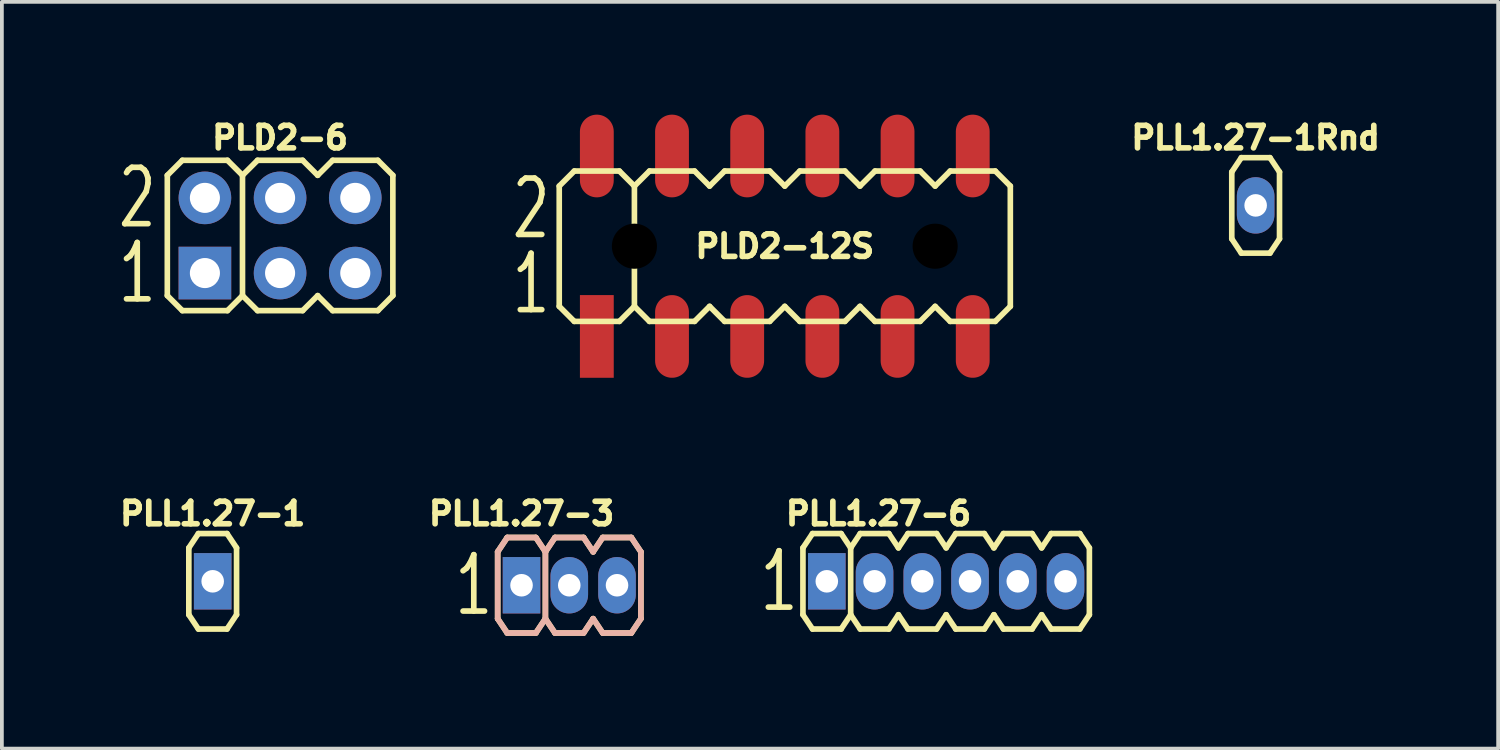
<source format=kicad_pcb>
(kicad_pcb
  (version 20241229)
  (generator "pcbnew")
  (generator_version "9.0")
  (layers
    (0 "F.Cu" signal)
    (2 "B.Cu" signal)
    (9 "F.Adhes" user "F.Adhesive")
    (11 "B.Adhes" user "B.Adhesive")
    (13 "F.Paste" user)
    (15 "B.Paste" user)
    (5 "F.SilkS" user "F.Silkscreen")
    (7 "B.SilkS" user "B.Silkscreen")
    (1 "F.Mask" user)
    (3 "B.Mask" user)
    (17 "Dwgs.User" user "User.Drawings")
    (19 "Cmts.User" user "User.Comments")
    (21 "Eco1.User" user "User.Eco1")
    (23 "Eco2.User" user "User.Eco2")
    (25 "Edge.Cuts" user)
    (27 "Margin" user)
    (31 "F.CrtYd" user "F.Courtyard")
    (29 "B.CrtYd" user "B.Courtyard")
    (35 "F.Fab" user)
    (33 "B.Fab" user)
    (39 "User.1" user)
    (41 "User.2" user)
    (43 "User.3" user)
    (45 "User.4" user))
  (footprint "PLL1.27-1"
    (layer "F.Cu")
    (at 2.608 12.414)
    (property "Reference" "PLL1.27-1" (at 0 -1.8 0) (layer "F.SilkS") (effects (font (size 0.6 0.6) (thickness 0.15))))
    (attr through_hole)
    (fp_line (start -0.635 -0.889) (end -0.635 0.889) (stroke (width 0.15) (type solid)) (layer "F.SilkS"))
    (fp_line (start -0.635 -0.889) (end -0.381 -1.27) (stroke (width 0.15) (type solid)) (layer "F.SilkS"))
    (fp_line (start -0.635 0.889) (end -0.381 1.27) (stroke (width 0.15) (type solid)) (layer "F.SilkS"))
    (fp_line (start 0.381 -1.27) (end -0.381 -1.27) (stroke (width 0.15) (type solid)) (layer "F.SilkS"))
    (fp_line (start 0.381 1.27) (end -0.381 1.27) (stroke (width 0.15) (type solid)) (layer "F.SilkS"))
    (fp_line (start 0.635 -0.889) (end 0.381 -1.27) (stroke (width 0.15) (type solid)) (layer "F.SilkS"))
    (fp_line (start 0.635 -0.889) (end 0.635 0.889) (stroke (width 0.15) (type solid)) (layer "F.SilkS"))
    (fp_line (start 0.635 0.889) (end 0.381 1.27) (stroke (width 0.15) (type solid)) (layer "F.SilkS"))
    (pad "1" thru_hole rect (at 0 0) (size 1 1.5) (drill 0.6) (layers "*.Cu" "*.Mask")))
  (footprint "PLD2-6"
    (layer "F.Cu")
    (at 4.401 3.214)
    (property "Reference" "PLD2-6" (at 0 -2.6 0) (layer "F.SilkS") (effects (font (size 0.6 0.6) (thickness 0.15))))
    (attr through_hole)
    (fp_line (start -3 -1.6) (end -3 1.6) (stroke (width 0.15) (type solid)) (layer "F.SilkS"))
    (fp_line (start -3 1.6) (end -2.6 2) (stroke (width 0.15) (type solid)) (layer "F.SilkS"))
    (fp_line (start -2.6 -2) (end -3 -1.6) (stroke (width 0.15) (type solid)) (layer "F.SilkS"))
    (fp_line (start -1.4 -2) (end -2.6 -2) (stroke (width 0.15) (type solid)) (layer "F.SilkS"))
    (fp_line (start -1.4 2) (end -2.6 2) (stroke (width 0.15) (type solid)) (layer "F.SilkS"))
    (fp_line (start -1 -1.6) (end -1.4 -2) (stroke (width 0.15) (type solid)) (layer "F.SilkS"))
    (fp_line (start -1 -1.6) (end -1 1.6) (stroke (width 0.15) (type solid)) (layer "F.SilkS"))
    (fp_line (start -1 1.6) (end -1.4 2) (stroke (width 0.15) (type solid)) (layer "F.SilkS"))
    (fp_line (start -1 1.6) (end -0.6 2) (stroke (width 0.15) (type solid)) (layer "F.SilkS"))
    (fp_line (start -0.6 -2) (end -1 -1.6) (stroke (width 0.15) (type solid)) (layer "F.SilkS"))
    (fp_line (start -0.6 2) (end 0.6 2) (stroke (width 0.15) (type solid)) (layer "F.SilkS"))
    (fp_line (start 0.6 -2) (end -0.6 -2) (stroke (width 0.15) (type solid)) (layer "F.SilkS"))
    (fp_line (start 0.6 2) (end 1 1.6) (stroke (width 0.15) (type solid)) (layer "F.SilkS"))
    (fp_line (start 1 -1.6) (end 0.6 -2) (stroke (width 0.15) (type solid)) (layer "F.SilkS"))
    (fp_line (start 1 1.6) (end 1.4 2) (stroke (width 0.15) (type solid)) (layer "F.SilkS"))
    (fp_line (start 1.4 -2) (end 1 -1.6) (stroke (width 0.15) (type solid)) (layer "F.SilkS"))
    (fp_line (start 1.4 2) (end 2.6 2) (stroke (width 0.15) (type solid)) (layer "F.SilkS"))
    (fp_line (start 2.6 -2) (end 1.4 -2) (stroke (width 0.15) (type solid)) (layer "F.SilkS"))
    (fp_line (start 2.6 2) (end 3 1.6) (stroke (width 0.15) (type solid)) (layer "F.SilkS"))
    (fp_line (start 3 -1.6) (end 2.6 -2) (stroke (width 0.15) (type solid)) (layer "F.SilkS"))
    (fp_line (start 3 1.6) (end 3 -1.6) (stroke (width 0.15) (type solid)) (layer "F.SilkS"))
    (fp_text user "1" (at -3.8 1 0) (layer "F.SilkS") (effects (font (size 1.5 1) (thickness 0.15))))
    (fp_text user "2" (at -3.8 -1 0) (layer "F.SilkS") (effects (font (size 1.5 1) (thickness 0.15))))
    (pad "1" thru_hole rect (at -2 1) (size 1.4 1.4) (drill 0.8) (layers "*.Cu" "*.Mask"))
    (pad "2" thru_hole circle (at -2 -1) (size 1.4 1.4) (drill 0.8) (layers "*.Cu" "*.Mask"))
    (pad "3" thru_hole circle (at 0 1) (size 1.4 1.4) (drill 0.8) (layers "*.Cu" "*.Mask"))
    (pad "4" thru_hole circle (at 0 -1) (size 1.4 1.4) (drill 0.8) (layers "*.Cu" "*.Mask"))
    (pad "5" thru_hole circle (at 2 1) (size 1.4 1.4) (drill 0.8) (layers "*.Cu" "*.Mask"))
    (pad "6" thru_hole circle (at 2 -1) (size 1.4 1.4) (drill 0.8) (layers "*.Cu" "*.Mask")))
  (footprint "PLL1.27-1Rnd"
    (layer "F.Cu")
    (at 30.353 2.414)
    (property "Reference" "PLL1.27-1Rnd" (at 0 -1.8 0) (layer "F.SilkS") (effects (font (size 0.6 0.6) (thickness 0.15))))
    (attr through_hole)
    (fp_line (start -0.635 -0.889) (end -0.635 0.889) (stroke (width 0.15) (type solid)) (layer "F.SilkS"))
    (fp_line (start -0.635 -0.889) (end -0.381 -1.27) (stroke (width 0.15) (type solid)) (layer "F.SilkS"))
    (fp_line (start -0.635 0.889) (end -0.381 1.27) (stroke (width 0.15) (type solid)) (layer "F.SilkS"))
    (fp_line (start 0.381 -1.27) (end -0.381 -1.27) (stroke (width 0.15) (type solid)) (layer "F.SilkS"))
    (fp_line (start 0.381 1.27) (end -0.381 1.27) (stroke (width 0.15) (type solid)) (layer "F.SilkS"))
    (fp_line (start 0.635 -0.889) (end 0.381 -1.27) (stroke (width 0.15) (type solid)) (layer "F.SilkS"))
    (fp_line (start 0.635 -0.889) (end 0.635 0.889) (stroke (width 0.15) (type solid)) (layer "F.SilkS"))
    (fp_line (start 0.635 0.889) (end 0.381 1.27) (stroke (width 0.15) (type solid)) (layer "F.SilkS"))
    (pad "1" thru_hole oval (at 0 0) (size 1 1.5) (drill 0.6) (layers "*.Cu" "*.Mask")))
  (footprint "PLL1.27-6"
    (layer "F.Cu")
    (at 22.12 12.414)
    (property "Reference" "PLL1.27-6" (at -1.8 -1.8 0) (layer "F.SilkS") (effects (font (size 0.6 0.6) (thickness 0.15))))
    (attr through_hole)
    (fp_line (start -3.81 -0.889) (end -3.81 0.889) (stroke (width 0.15) (type solid)) (layer "F.SilkS"))
    (fp_line (start -3.81 0.889) (end -3.556 1.27) (stroke (width 0.15) (type solid)) (layer "F.SilkS"))
    (fp_line (start -3.556 -1.27) (end -3.81 -0.889) (stroke (width 0.15) (type solid)) (layer "F.SilkS"))
    (fp_line (start -3.556 1.27) (end -2.794 1.27) (stroke (width 0.15) (type solid)) (layer "F.SilkS"))
    (fp_line (start -2.794 -1.27) (end -3.556 -1.27) (stroke (width 0.15) (type solid)) (layer "F.SilkS"))
    (fp_line (start -2.794 1.27) (end -2.54 0.889) (stroke (width 0.15) (type solid)) (layer "F.SilkS"))
    (fp_line (start -2.54 -0.889) (end -2.794 -1.27) (stroke (width 0.15) (type solid)) (layer "F.SilkS"))
    (fp_line (start -2.54 -0.889) (end -2.54 0.889) (stroke (width 0.15) (type solid)) (layer "F.SilkS"))
    (fp_line (start -2.54 -0.889) (end -2.286 -1.27) (stroke (width 0.15) (type solid)) (layer "F.SilkS"))
    (fp_line (start -2.54 0.889) (end -2.286 1.27) (stroke (width 0.15) (type solid)) (layer "F.SilkS"))
    (fp_line (start -1.524 -1.27) (end -2.286 -1.27) (stroke (width 0.15) (type solid)) (layer "F.SilkS"))
    (fp_line (start -1.524 1.27) (end -2.286 1.27) (stroke (width 0.15) (type solid)) (layer "F.SilkS"))
    (fp_line (start -1.27 -0.889) (end -1.524 -1.27) (stroke (width 0.15) (type solid)) (layer "F.SilkS"))
    (fp_line (start -1.27 0.889) (end -1.524 1.27) (stroke (width 0.15) (type solid)) (layer "F.SilkS"))
    (fp_line (start -1.27 0.889) (end -1.016 1.27) (stroke (width 0.15) (type solid)) (layer "F.SilkS"))
    (fp_line (start -1.016 -1.27) (end -1.27 -0.889) (stroke (width 0.15) (type solid)) (layer "F.SilkS"))
    (fp_line (start -1.016 1.27) (end -0.254 1.27) (stroke (width 0.15) (type solid)) (layer "F.SilkS"))
    (fp_line (start -0.254 -1.27) (end -1.016 -1.27) (stroke (width 0.15) (type solid)) (layer "F.SilkS"))
    (fp_line (start -0.254 1.27) (end 0 0.889) (stroke (width 0.15) (type solid)) (layer "F.SilkS"))
    (fp_line (start 0 -0.889) (end -0.254 -1.27) (stroke (width 0.15) (type solid)) (layer "F.SilkS"))
    (fp_line (start 0 0.889) (end 0.254 1.27) (stroke (width 0.15) (type solid)) (layer "F.SilkS"))
    (fp_line (start 0.254 -1.27) (end 0 -0.889) (stroke (width 0.15) (type solid)) (layer "F.SilkS"))
    (fp_line (start 0.254 1.27) (end 1.016 1.27) (stroke (width 0.15) (type solid)) (layer "F.SilkS"))
    (fp_line (start 1.016 -1.27) (end 0.254 -1.27) (stroke (width 0.15) (type solid)) (layer "F.SilkS"))
    (fp_line (start 1.016 1.27) (end 1.27 0.889) (stroke (width 0.15) (type solid)) (layer "F.SilkS"))
    (fp_line (start 1.27 -0.889) (end 1.016 -1.27) (stroke (width 0.15) (type solid)) (layer "F.SilkS"))
    (fp_line (start 1.27 -0.889) (end 1.524 -1.27) (stroke (width 0.15) (type solid)) (layer "F.SilkS"))
    (fp_line (start 1.27 0.889) (end 1.524 1.27) (stroke (width 0.15) (type solid)) (layer "F.SilkS"))
    (fp_line (start 2.286 -1.27) (end 1.524 -1.27) (stroke (width 0.15) (type solid)) (layer "F.SilkS"))
    (fp_line (start 2.286 1.27) (end 1.524 1.27) (stroke (width 0.15) (type solid)) (layer "F.SilkS"))
    (fp_line (start 2.54 -0.889) (end 2.286 -1.27) (stroke (width 0.15) (type solid)) (layer "F.SilkS"))
    (fp_line (start 2.54 0.889) (end 2.286 1.27) (stroke (width 0.15) (type solid)) (layer "F.SilkS"))
    (fp_line (start 2.54 0.889) (end 2.794 1.27) (stroke (width 0.15) (type solid)) (layer "F.SilkS"))
    (fp_line (start 2.794 -1.27) (end 2.54 -0.889) (stroke (width 0.15) (type solid)) (layer "F.SilkS"))
    (fp_line (start 2.794 1.27) (end 3.556 1.27) (stroke (width 0.15) (type solid)) (layer "F.SilkS"))
    (fp_line (start 3.556 -1.27) (end 2.794 -1.27) (stroke (width 0.15) (type solid)) (layer "F.SilkS"))
    (fp_line (start 3.556 1.27) (end 3.81 0.889) (stroke (width 0.15) (type solid)) (layer "F.SilkS"))
    (fp_line (start 3.81 -0.889) (end 3.556 -1.27) (stroke (width 0.15) (type solid)) (layer "F.SilkS"))
    (fp_line (start 3.81 -0.889) (end 3.81 0.889) (stroke (width 0.15) (type solid)) (layer "F.SilkS"))
    (fp_text user "1" (at -4.445 0 0) (layer "F.SilkS") (effects (font (size 1.5 1) (thickness 0.15))))
    (pad "1" thru_hole rect (at -3.175 0) (size 1 1.5) (drill 0.6) (layers "*.Cu" "*.Mask"))
    (pad "2" thru_hole oval (at -1.905 0) (size 1 1.5) (drill 0.6) (layers "*.Cu" "*.Mask"))
    (pad "3" thru_hole oval (at -0.635 0) (size 1 1.5) (drill 0.6) (layers "*.Cu" "*.Mask"))
    (pad "4" thru_hole oval (at 0.635 0) (size 1 1.5) (drill 0.6) (layers "*.Cu" "*.Mask"))
    (pad "5" thru_hole oval (at 1.905 0) (size 1 1.5) (drill 0.6) (layers "*.Cu" "*.Mask"))
    (pad "6" thru_hole oval (at 3.175 0) (size 1 1.5) (drill 0.6) (layers "*.Cu" "*.Mask")))
  (footprint "PLL1.27-3"
    (layer "F.Cu")
    (at 10.824 12.519)
    (property "Reference" "PLL1.27-3" (at 0 -1.905 0) (layer "F.SilkS") (effects (font (size 0.6 0.6) (thickness 0.15))))
    (attr through_hole)
    (fp_line (start -0.635 -0.889) (end -0.635 0.889) (stroke (width 0.15) (type solid)) (layer "F.SilkS"))
    (fp_line (start -0.635 0.889) (end -0.381 1.27) (stroke (width 0.15) (type solid)) (layer "F.SilkS"))
    (fp_line (start -0.381 -1.27) (end -0.635 -0.889) (stroke (width 0.15) (type solid)) (layer "F.SilkS"))
    (fp_line (start -0.381 1.27) (end 0.381 1.27) (stroke (width 0.15) (type solid)) (layer "F.SilkS"))
    (fp_line (start 0.381 -1.27) (end -0.381 -1.27) (stroke (width 0.15) (type solid)) (layer "F.SilkS"))
    (fp_line (start 0.381 1.27) (end 0.635 0.889) (stroke (width 0.15) (type solid)) (layer "F.SilkS"))
    (fp_line (start 0.635 -0.889) (end 0.381 -1.27) (stroke (width 0.15) (type solid)) (layer "F.SilkS"))
    (fp_line (start 0.635 -0.889) (end 0.635 0.889) (stroke (width 0.15) (type solid)) (layer "F.SilkS"))
    (fp_line (start 0.635 -0.889) (end 0.889 -1.27) (stroke (width 0.15) (type solid)) (layer "F.SilkS"))
    (fp_line (start 0.635 0.889) (end 0.889 1.27) (stroke (width 0.15) (type solid)) (layer "F.SilkS"))
    (fp_line (start 1.651 -1.27) (end 0.889 -1.27) (stroke (width 0.15) (type solid)) (layer "F.SilkS"))
    (fp_line (start 1.651 1.27) (end 0.889 1.27) (stroke (width 0.15) (type solid)) (layer "F.SilkS"))
    (fp_line (start 1.905 -0.889) (end 1.651 -1.27) (stroke (width 0.15) (type solid)) (layer "F.SilkS"))
    (fp_line (start 1.905 0.889) (end 1.651 1.27) (stroke (width 0.15) (type solid)) (layer "F.SilkS"))
    (fp_line (start 1.905 0.889) (end 2.159 1.27) (stroke (width 0.15) (type solid)) (layer "F.SilkS"))
    (fp_line (start 2.159 -1.27) (end 1.905 -0.889) (stroke (width 0.15) (type solid)) (layer "F.SilkS"))
    (fp_line (start 2.159 1.27) (end 2.921 1.27) (stroke (width 0.15) (type solid)) (layer "F.SilkS"))
    (fp_line (start 2.921 -1.27) (end 2.159 -1.27) (stroke (width 0.15) (type solid)) (layer "F.SilkS"))
    (fp_line (start 2.921 1.27) (end 3.175 0.889) (stroke (width 0.15) (type solid)) (layer "F.SilkS"))
    (fp_line (start 3.175 -0.889) (end 2.921 -1.27) (stroke (width 0.15) (type solid)) (layer "F.SilkS"))
    (fp_line (start 3.175 -0.889) (end 3.175 0.889) (stroke (width 0.15) (type solid)) (layer "F.SilkS"))
    (fp_line (start -0.635 -0.889) (end -0.635 0.889) (stroke (width 0.15) (type solid)) (layer "B.SilkS"))
    (fp_line (start -0.635 0.889) (end -0.381 1.27) (stroke (width 0.15) (type solid)) (layer "B.SilkS"))
    (fp_line (start -0.381 -1.27) (end -0.635 -0.889) (stroke (width 0.15) (type solid)) (layer "B.SilkS"))
    (fp_line (start -0.381 1.27) (end 0.381 1.27) (stroke (width 0.15) (type solid)) (layer "B.SilkS"))
    (fp_line (start 0.381 -1.27) (end -0.381 -1.27) (stroke (width 0.15) (type solid)) (layer "B.SilkS"))
    (fp_line (start 0.381 1.27) (end 0.635 0.889) (stroke (width 0.15) (type solid)) (layer "B.SilkS"))
    (fp_line (start 0.635 -0.889) (end 0.381 -1.27) (stroke (width 0.15) (type solid)) (layer "B.SilkS"))
    (fp_line (start 0.635 -0.889) (end 0.635 0.889) (stroke (width 0.15) (type solid)) (layer "B.SilkS"))
    (fp_line (start 0.635 -0.889) (end 0.889 -1.27) (stroke (width 0.15) (type solid)) (layer "B.SilkS"))
    (fp_line (start 0.635 0.889) (end 0.889 1.27) (stroke (width 0.15) (type solid)) (layer "B.SilkS"))
    (fp_line (start 1.651 -1.27) (end 0.889 -1.27) (stroke (width 0.15) (type solid)) (layer "B.SilkS"))
    (fp_line (start 1.651 1.27) (end 0.889 1.27) (stroke (width 0.15) (type solid)) (layer "B.SilkS"))
    (fp_line (start 1.905 -0.889) (end 1.651 -1.27) (stroke (width 0.15) (type solid)) (layer "B.SilkS"))
    (fp_line (start 1.905 0.889) (end 1.651 1.27) (stroke (width 0.15) (type solid)) (layer "B.SilkS"))
    (fp_line (start 1.905 0.889) (end 2.159 1.27) (stroke (width 0.15) (type solid)) (layer "B.SilkS"))
    (fp_line (start 2.159 -1.27) (end 1.905 -0.889) (stroke (width 0.15) (type solid)) (layer "B.SilkS"))
    (fp_line (start 2.159 1.27) (end 2.921 1.27) (stroke (width 0.15) (type solid)) (layer "B.SilkS"))
    (fp_line (start 2.921 -1.27) (end 2.159 -1.27) (stroke (width 0.15) (type solid)) (layer "B.SilkS"))
    (fp_line (start 2.921 1.27) (end 3.175 0.889) (stroke (width 0.15) (type solid)) (layer "B.SilkS"))
    (fp_line (start 3.175 -0.889) (end 2.921 -1.27) (stroke (width 0.15) (type solid)) (layer "B.SilkS"))
    (fp_line (start 3.175 -0.889) (end 3.175 0.889) (stroke (width 0.15) (type solid)) (layer "B.SilkS"))
    (fp_text user "1" (at -1.27 0 0) (layer "F.SilkS") (effects (font (size 1.5 1) (thickness 0.15))))
    (pad "1" thru_hole rect (at 0 0) (size 1 1.5) (drill 0.6) (layers "*.Cu" "*.Mask"))
    (pad "2" thru_hole oval (at 1.27 0) (size 1 1.5) (drill 0.6) (layers "*.Cu" "*.Mask"))
    (pad "3" thru_hole oval (at 2.54 0) (size 1 1.5) (drill 0.6) (layers "*.Cu" "*.Mask")))
  (footprint "PLD2-12S"
    (layer "F.Cu")
    (at 17.827 3.5)
    (property "Reference" "PLD2-12S" (at 0 0 0) (layer "F.SilkS") (effects (font (size 0.6 0.6) (thickness 0.15))))
    (attr smd)
    (fp_line (start -6 -1.6) (end -6 1.6) (stroke (width 0.15) (type solid)) (layer "F.SilkS"))
    (fp_line (start -6 1.6) (end -5.6 2) (stroke (width 0.15) (type solid)) (layer "F.SilkS"))
    (fp_line (start -5.6 -2) (end -6 -1.6) (stroke (width 0.15) (type solid)) (layer "F.SilkS"))
    (fp_line (start -4.4 -2) (end -5.6 -2) (stroke (width 0.15) (type solid)) (layer "F.SilkS"))
    (fp_line (start -4.4 2) (end -5.6 2) (stroke (width 0.15) (type solid)) (layer "F.SilkS"))
    (fp_line (start -4 -1.6) (end -4.4 -2) (stroke (width 0.15) (type solid)) (layer "F.SilkS"))
    (fp_line (start -4 -1.6) (end -4 1.6) (stroke (width 0.15) (type solid)) (layer "F.SilkS"))
    (fp_line (start -4 1.6) (end -4.4 2) (stroke (width 0.15) (type solid)) (layer "F.SilkS"))
    (fp_line (start -4 1.6) (end -3.6 2) (stroke (width 0.15) (type solid)) (layer "F.SilkS"))
    (fp_line (start -3.6 -2) (end -4 -1.6) (stroke (width 0.15) (type solid)) (layer "F.SilkS"))
    (fp_line (start -3.6 2) (end -2.4 2) (stroke (width 0.15) (type solid)) (layer "F.SilkS"))
    (fp_line (start -2.4 -2) (end -3.6 -2) (stroke (width 0.15) (type solid)) (layer "F.SilkS"))
    (fp_line (start -2.4 2) (end -2 1.6) (stroke (width 0.15) (type solid)) (layer "F.SilkS"))
    (fp_line (start -2 -1.6) (end -2.4 -2) (stroke (width 0.15) (type solid)) (layer "F.SilkS"))
    (fp_line (start -2 1.6) (end -1.6 2) (stroke (width 0.15) (type solid)) (layer "F.SilkS"))
    (fp_line (start -1.6 -2) (end -2 -1.6) (stroke (width 0.15) (type solid)) (layer "F.SilkS"))
    (fp_line (start -1.6 2) (end -0.4 2) (stroke (width 0.15) (type solid)) (layer "F.SilkS"))
    (fp_line (start -0.4 -2) (end -1.6 -2) (stroke (width 0.15) (type solid)) (layer "F.SilkS"))
    (fp_line (start -0.4 2) (end 0 1.6) (stroke (width 0.15) (type solid)) (layer "F.SilkS"))
    (fp_line (start 0 -1.6) (end -0.4 -2) (stroke (width 0.15) (type solid)) (layer "F.SilkS"))
    (fp_line (start 0 -1.6) (end 0.4 -2) (stroke (width 0.15) (type solid)) (layer "F.SilkS"))
    (fp_line (start 0 1.6) (end 0.4 2) (stroke (width 0.15) (type solid)) (layer "F.SilkS"))
    (fp_line (start 0.4 -2) (end 1.6 -2) (stroke (width 0.15) (type solid)) (layer "F.SilkS"))
    (fp_line (start 0.4 2) (end 1.6 2) (stroke (width 0.15) (type solid)) (layer "F.SilkS"))
    (fp_line (start 1.6 -2) (end 2 -1.6) (stroke (width 0.15) (type solid)) (layer "F.SilkS"))
    (fp_line (start 1.6 2) (end 2 1.6) (stroke (width 0.15) (type solid)) (layer "F.SilkS"))
    (fp_line (start 2 -1.6) (end 2.4 -2) (stroke (width 0.15) (type solid)) (layer "F.SilkS"))
    (fp_line (start 2 1.6) (end 2.4 2) (stroke (width 0.15) (type solid)) (layer "F.SilkS"))
    (fp_line (start 2.4 -2) (end 3.6 -2) (stroke (width 0.15) (type solid)) (layer "F.SilkS"))
    (fp_line (start 2.4 2) (end 3.6 2) (stroke (width 0.15) (type solid)) (layer "F.SilkS"))
    (fp_line (start 3.6 -2) (end 4 -1.6) (stroke (width 0.15) (type solid)) (layer "F.SilkS"))
    (fp_line (start 3.6 2) (end 4 1.6) (stroke (width 0.15) (type solid)) (layer "F.SilkS"))
    (fp_line (start 4 -1.6) (end 4.4 -2) (stroke (width 0.15) (type solid)) (layer "F.SilkS"))
    (fp_line (start 4 1.6) (end 4.4 2) (stroke (width 0.15) (type solid)) (layer "F.SilkS"))
    (fp_line (start 4.4 -2) (end 5.6 -2) (stroke (width 0.15) (type solid)) (layer "F.SilkS"))
    (fp_line (start 4.4 2) (end 5.6 2) (stroke (width 0.15) (type solid)) (layer "F.SilkS"))
    (fp_line (start 5.6 -2) (end 6 -1.6) (stroke (width 0.15) (type solid)) (layer "F.SilkS"))
    (fp_line (start 5.6 2) (end 6 1.6) (stroke (width 0.15) (type solid)) (layer "F.SilkS"))
    (fp_line (start 6 1.6) (end 6 -1.6) (stroke (width 0.15) (type solid)) (layer "F.SilkS"))
    (fp_text user "1" (at -6.75 1 0) (layer "F.SilkS") (effects (font (size 1.5 1) (thickness 0.15))))
    (fp_text user "2" (at -6.75 -1 0) (layer "F.SilkS") (effects (font (size 1.5 1) (thickness 0.15))))
    (pad "" np_thru_hole circle (at -4 0) (size 1.6 1.6) (drill 1.2) (layers "*.Mask"))
    (pad "" np_thru_hole circle (at 4 0) (size 1.6 1.6) (drill 1.2) (layers "*.Mask"))
    (pad "1" smd rect (at -5 2.4) (size 0.9 2.2) (layers "F.Cu" "F.Mask" "F.Paste"))
    (pad "2" smd oval (at -5 -2.4) (size 0.9 2.2) (layers "F.Cu" "F.Mask" "F.Paste"))
    (pad "3" smd oval (at -3 2.4) (size 0.9 2.2) (layers "F.Cu" "F.Mask" "F.Paste"))
    (pad "4" smd oval (at -3 -2.4) (size 0.9 2.2) (layers "F.Cu" "F.Mask" "F.Paste"))
    (pad "5" smd oval (at -1 2.4) (size 0.9 2.2) (layers "F.Cu" "F.Mask" "F.Paste"))
    (pad "6" smd oval (at -1 -2.4) (size 0.9 2.2) (layers "F.Cu" "F.Mask" "F.Paste"))
    (pad "7" smd oval (at 1 2.4) (size 0.9 2.2) (layers "F.Cu" "F.Mask" "F.Paste"))
    (pad "8" smd oval (at 1 -2.4) (size 0.9 2.2) (layers "F.Cu" "F.Mask" "F.Paste"))
    (pad "9" smd oval (at 3 2.4) (size 0.9 2.2) (layers "F.Cu" "F.Mask" "F.Paste"))
    (pad "10" smd oval (at 3 -2.4) (size 0.9 2.2) (layers "F.Cu" "F.Mask" "F.Paste"))
    (pad "11" smd oval (at 5 2.4) (size 0.9 2.2) (layers "F.Cu" "F.Mask" "F.Paste"))
    (pad "12" smd oval (at 5 -2.4) (size 0.9 2.2) (layers "F.Cu" "F.Mask" "F.Paste")))
  (gr_rect
    (start -3 -3)
    (end 36.804 16.864)
    (stroke (width 0.1) (type default))
    (fill no)
    (layer "Edge.Cuts")))
</source>
